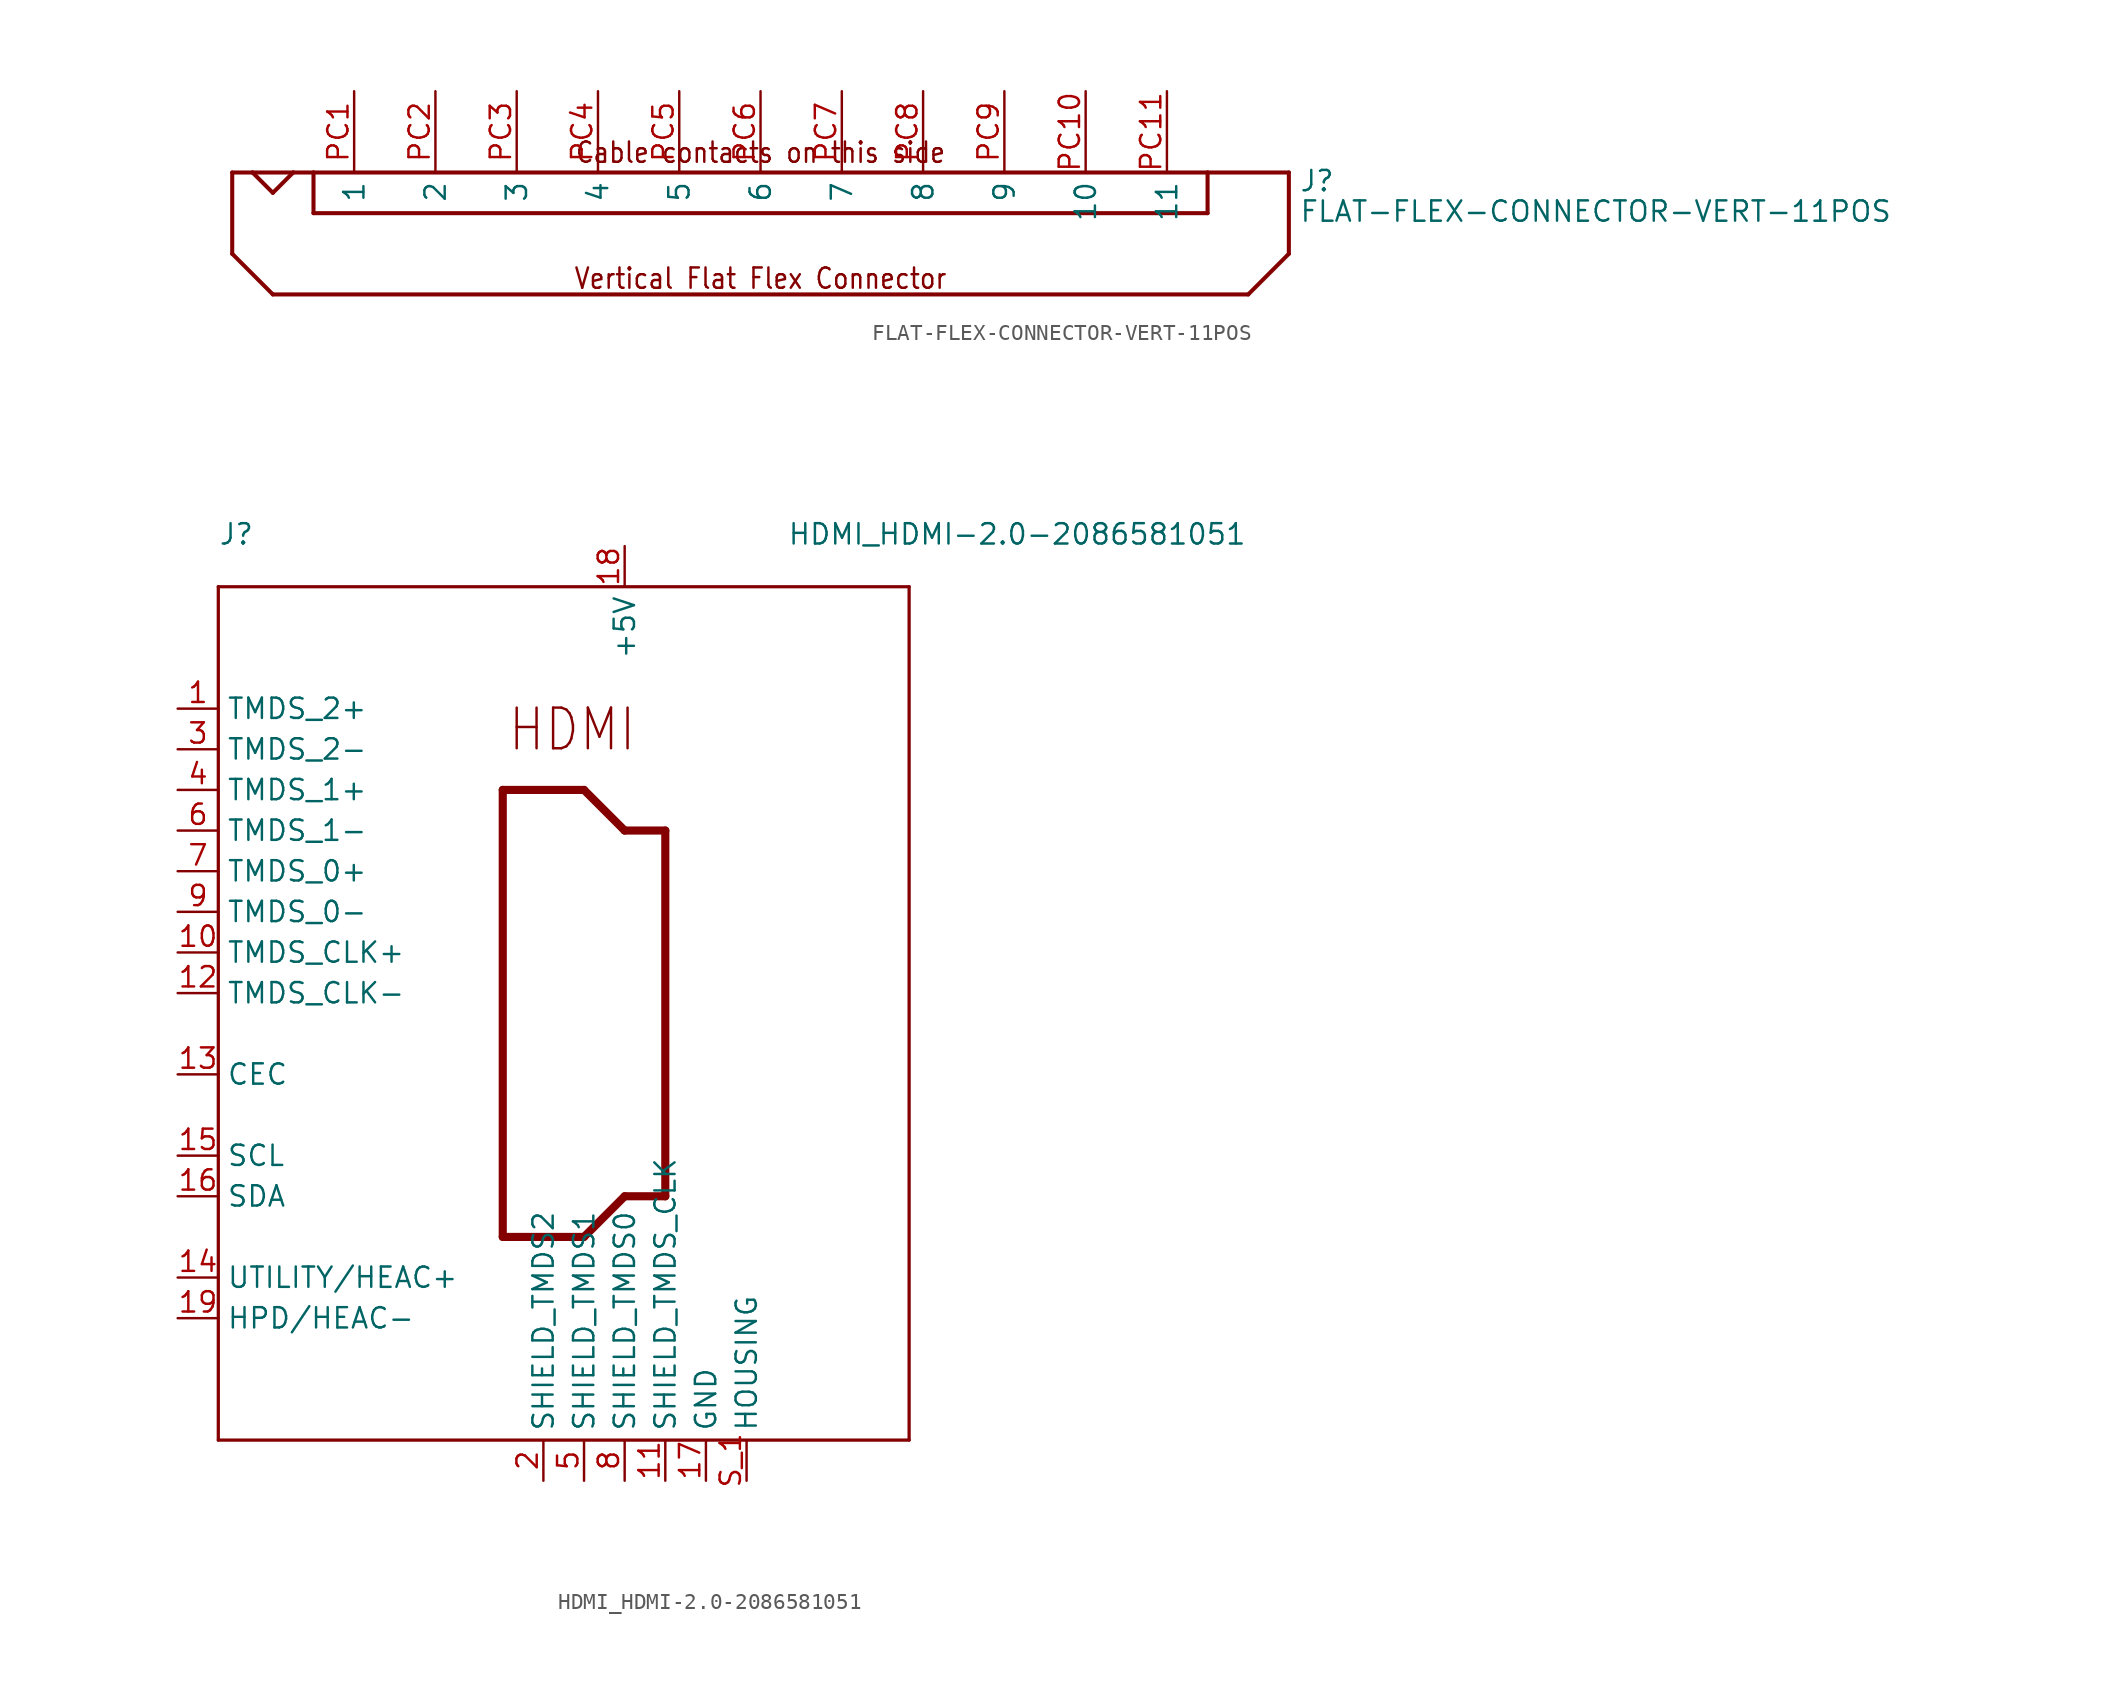
<source format=kicad_sym>
(kicad_symbol_lib
  (version 20211014)
  (generator kicad_symbol_editor)
  (symbol "FLAT-FLEX-CONNECTOR-VERT-11POS"
    (pin_names)
    (property "Reference" "J"
      (at 33.655 1.27 0)
      (effects (font (size 1.27 1.27)) (justify left bottom)))
    (property "Value" "FLAT-FLEX-CONNECTOR-VERT-11POS"
      (at 33.655 -0.635 0)
      (effects (font (size 1.27 1.27)) (justify left bottom)))
    (property "Datasheet" ""
      (at 0 0 0))
    (property "ki_description" "FLAT-FLEX-CONNECTOR-VERT-11POS  - Flat Flex Connector 11 position Vertical Technical Specifications: Number of Positions: 11 Contact: One Side Mount: Vertical "
      (at 0 0 0))
    (property "ki_fp_filters" "FlashPCB_Connectors:FLAT-FLEX-CONNECTOR-MOLEX-52610-VERT-11POS"
      (at 0 0 0))
    (symbol "FLAT-FLEX-CONNECTOR-VERT-11POS_1_1"
      (text "Cable contacts on this side" (at 0 3.048 0) (effects (font (size 1.27 1.086)) (justify bottom)))
      (text "Vertical Flat Flex Connector" (at 0 -4.826 0) (effects (font (size 1.27 1.086)) (justify bottom)))
      (polyline (pts (xy -33.02 2.54) (xy -33.02 -2.54)) (stroke (width 0.254)) (fill (type none)))
      (polyline (pts (xy -33.02 -2.54) (xy -30.48 -5.08)) (stroke (width 0.254)) (fill (type none)))
      (polyline (pts (xy -30.48 -5.08) (xy 30.48 -5.08)) (stroke (width 0.254)) (fill (type none)))
      (polyline (pts (xy 30.48 -5.08) (xy 33.02 -2.54)) (stroke (width 0.254)) (fill (type none)))
      (polyline (pts (xy 33.02 -2.54) (xy 33.02 2.54)) (stroke (width 0.254)) (fill (type none)))
      (polyline (pts (xy 33.02 2.54) (xy 27.94 2.54)) (stroke (width 0.254)) (fill (type none)))
      (polyline (pts (xy 27.94 2.54) (xy 27.94 0)) (stroke (width 0.254)) (fill (type none)))
      (polyline (pts (xy 27.94 0) (xy -27.94 0)) (stroke (width 0.254)) (fill (type none)))
      (polyline (pts (xy -27.94 0) (xy -27.94 2.54)) (stroke (width 0.254)) (fill (type none)))
      (polyline (pts (xy -27.94 2.54) (xy -29.21 2.54)) (stroke (width 0.254)) (fill (type none)))
      (polyline (pts (xy -29.21 2.54) (xy -31.75 2.54)) (stroke (width 0.254)) (fill (type none)))
      (polyline (pts (xy -31.75 2.54) (xy -33.02 2.54)) (stroke (width 0.254)) (fill (type none)))
      (polyline (pts (xy -27.94 2.54) (xy 27.94 2.54)) (stroke (width 0.254)) (fill (type none)))
      (polyline (pts (xy -31.75 2.54) (xy -30.48 1.27)) (stroke (width 0.254)) (fill (type none)))
      (polyline (pts (xy -30.48 1.27) (xy -29.21 2.54)) (stroke (width 0.254)) (fill (type none)))
      (pin bidirectional line (at -25.4 7.62 270) (length 5.08) (name "1" (effects (font (size 1.27 1.27)))) (number "PC1" (effects (font (size 1.27 1.27)))))
      (pin bidirectional line (at -25.4 7.62 270) (length 5.08) hide (name "1" (effects (font (size 1.27 1.27)))) (number "PS1" (effects (font (size 1.27 1.27)))))
      (pin bidirectional line (at -20.32 7.62 270) (length 5.08) (name "2" (effects (font (size 1.27 1.27)))) (number "PC2" (effects (font (size 1.27 1.27)))))
      (pin bidirectional line (at -20.32 7.62 270) (length 5.08) hide (name "2" (effects (font (size 1.27 1.27)))) (number "PS2" (effects (font (size 1.27 1.27)))))
      (pin bidirectional line (at -15.24 7.62 270) (length 5.08) (name "3" (effects (font (size 1.27 1.27)))) (number "PC3" (effects (font (size 1.27 1.27)))))
      (pin bidirectional line (at -15.24 7.62 270) (length 5.08) hide (name "3" (effects (font (size 1.27 1.27)))) (number "PS3" (effects (font (size 1.27 1.27)))))
      (pin bidirectional line (at -10.16 7.62 270) (length 5.08) (name "4" (effects (font (size 1.27 1.27)))) (number "PC4" (effects (font (size 1.27 1.27)))))
      (pin bidirectional line (at -10.16 7.62 270) (length 5.08) hide (name "4" (effects (font (size 1.27 1.27)))) (number "PS4" (effects (font (size 1.27 1.27)))))
      (pin bidirectional line (at -5.08 7.62 270) (length 5.08) (name "5" (effects (font (size 1.27 1.27)))) (number "PC5" (effects (font (size 1.27 1.27)))))
      (pin bidirectional line (at -5.08 7.62 270) (length 5.08) hide (name "5" (effects (font (size 1.27 1.27)))) (number "PS5" (effects (font (size 1.27 1.27)))))
      (pin bidirectional line (at 0 7.62 270) (length 5.08) (name "6" (effects (font (size 1.27 1.27)))) (number "PC6" (effects (font (size 1.27 1.27)))))
      (pin bidirectional line (at 0 7.62 270) (length 5.08) hide (name "6" (effects (font (size 1.27 1.27)))) (number "PS6" (effects (font (size 1.27 1.27)))))
      (pin bidirectional line (at 5.08 7.62 270) (length 5.08) (name "7" (effects (font (size 1.27 1.27)))) (number "PC7" (effects (font (size 1.27 1.27)))))
      (pin bidirectional line (at 5.08 7.62 270) (length 5.08) hide (name "7" (effects (font (size 1.27 1.27)))) (number "PS7" (effects (font (size 1.27 1.27)))))
      (pin bidirectional line (at 10.16 7.62 270) (length 5.08) (name "8" (effects (font (size 1.27 1.27)))) (number "PC8" (effects (font (size 1.27 1.27)))))
      (pin bidirectional line (at 10.16 7.62 270) (length 5.08) hide (name "8" (effects (font (size 1.27 1.27)))) (number "PS8" (effects (font (size 1.27 1.27)))))
      (pin bidirectional line (at 15.24 7.62 270) (length 5.08) (name "9" (effects (font (size 1.27 1.27)))) (number "PC9" (effects (font (size 1.27 1.27)))))
      (pin bidirectional line (at 15.24 7.62 270) (length 5.08) hide (name "9" (effects (font (size 1.27 1.27)))) (number "PS9" (effects (font (size 1.27 1.27)))))
      (pin bidirectional line (at 20.32 7.62 270) (length 5.08) (name "10" (effects (font (size 1.27 1.27)))) (number "PC10" (effects (font (size 1.27 1.27)))))
      (pin bidirectional line (at 20.32 7.62 270) (length 5.08) hide (name "10" (effects (font (size 1.27 1.27)))) (number "PS10" (effects (font (size 1.27 1.27)))))
      (pin bidirectional line (at 25.4 7.62 270) (length 5.08) (name "11" (effects (font (size 1.27 1.27)))) (number "PC11" (effects (font (size 1.27 1.27)))))
      (pin bidirectional line (at 25.4 7.62 270) (length 5.08) hide (name "11" (effects (font (size 1.27 1.27)))) (number "PS11" (effects (font (size 1.27 1.27)))))))
  (symbol "HDMI_HDMI-2.0-2086581051"
    (pin_names)
    (property "Reference" "J"
      (at -22.86 27.94 0)
      (effects (font (size 1.27 1.27)) (justify left bottom)))
    (property "Value" "HDMI_HDMI-2.0-2086581051"
      (at 12.7 27.94 0)
      (effects (font (size 1.27 1.27)) (justify left bottom)))
    (property "Datasheet" ""
      (at 0 0 0))
    (property "ki_description" "HDMI Port  - 19 channel HDMI   Component Search:  [DATA SHEET NAME]   Datasheet:  [DATA SHEET NAME] "
      (at 0 0 0))
    (property "ki_fp_filters" "FlashPCB_Connectors:HDMI-2.0-2086581051"
      (at 0 0 0))
    (symbol "HDMI_HDMI-2.0-2086581051_1_1"
      (text "HDMI" (at -4.826 14.986 0) (effects (font (size 2.54 2.172)) (justify left bottom)))
      (polyline (pts (xy -22.86 25.4) (xy 20.32 25.4)) (stroke (width 0.203)) (fill (type none)))
      (polyline (pts (xy 20.32 25.4) (xy 20.32 -27.94)) (stroke (width 0.203)) (fill (type none)))
      (polyline (pts (xy 20.32 -27.94) (xy -22.86 -27.94)) (stroke (width 0.203)) (fill (type none)))
      (polyline (pts (xy -22.86 -27.94) (xy -22.86 25.4)) (stroke (width 0.203)) (fill (type none)))
      (polyline (pts (xy -5.08 12.7) (xy -5.08 -15.24)) (stroke (width 0.508)) (fill (type none)))
      (polyline (pts (xy -5.08 -15.24) (xy 0 -15.24)) (stroke (width 0.508)) (fill (type none)))
      (polyline (pts (xy 0 -15.24) (xy 2.54 -12.7)) (stroke (width 0.508)) (fill (type none)))
      (polyline (pts (xy 2.54 -12.7) (xy 5.08 -12.7)) (stroke (width 0.508)) (fill (type none)))
      (polyline (pts (xy 5.08 -12.7) (xy 5.08 10.16)) (stroke (width 0.508)) (fill (type none)))
      (polyline (pts (xy 5.08 10.16) (xy 2.54 10.16)) (stroke (width 0.508)) (fill (type none)))
      (polyline (pts (xy 2.54 10.16) (xy 0 12.7)) (stroke (width 0.508)) (fill (type none)))
      (polyline (pts (xy 0 12.7) (xy -5.08 12.7)) (stroke (width 0.508)) (fill (type none)))
      (pin bidirectional line (at -25.4 17.78 0) (length 2.54) (name "TMDS_2+" (effects (font (size 1.27 1.27)))) (number "1" (effects (font (size 1.27 1.27)))))
      (pin bidirectional line (at -2.54 -30.48 90) (length 2.54) (name "SHIELD_TMDS2" (effects (font (size 1.27 1.27)))) (number "2" (effects (font (size 1.27 1.27)))))
      (pin bidirectional line (at -25.4 15.24 0) (length 2.54) (name "TMDS_2-" (effects (font (size 1.27 1.27)))) (number "3" (effects (font (size 1.27 1.27)))))
      (pin bidirectional line (at -25.4 12.7 0) (length 2.54) (name "TMDS_1+" (effects (font (size 1.27 1.27)))) (number "4" (effects (font (size 1.27 1.27)))))
      (pin bidirectional line (at 0 -30.48 90) (length 2.54) (name "SHIELD_TMDS1" (effects (font (size 1.27 1.27)))) (number "5" (effects (font (size 1.27 1.27)))))
      (pin bidirectional line (at -25.4 10.16 0) (length 2.54) (name "TMDS_1-" (effects (font (size 1.27 1.27)))) (number "6" (effects (font (size 1.27 1.27)))))
      (pin bidirectional line (at -25.4 7.62 0) (length 2.54) (name "TMDS_0+" (effects (font (size 1.27 1.27)))) (number "7" (effects (font (size 1.27 1.27)))))
      (pin bidirectional line (at 2.54 -30.48 90) (length 2.54) (name "SHIELD_TMDS0" (effects (font (size 1.27 1.27)))) (number "8" (effects (font (size 1.27 1.27)))))
      (pin bidirectional line (at -25.4 5.08 0) (length 2.54) (name "TMDS_0-" (effects (font (size 1.27 1.27)))) (number "9" (effects (font (size 1.27 1.27)))))
      (pin bidirectional line (at -25.4 2.54 0) (length 2.54) (name "TMDS_CLK+" (effects (font (size 1.27 1.27)))) (number "10" (effects (font (size 1.27 1.27)))))
      (pin bidirectional line (at 5.08 -30.48 90) (length 2.54) (name "SHIELD_TMDS_CLK" (effects (font (size 1.27 1.27)))) (number "11" (effects (font (size 1.27 1.27)))))
      (pin bidirectional line (at -25.4 0 0) (length 2.54) (name "TMDS_CLK-" (effects (font (size 1.27 1.27)))) (number "12" (effects (font (size 1.27 1.27)))))
      (pin bidirectional line (at -25.4 -5.08 0) (length 2.54) (name "CEC" (effects (font (size 1.27 1.27)))) (number "13" (effects (font (size 1.27 1.27)))))
      (pin bidirectional line (at -25.4 -17.78 0) (length 2.54) (name "UTILITY/HEAC+" (effects (font (size 1.27 1.27)))) (number "14" (effects (font (size 1.27 1.27)))))
      (pin bidirectional line (at -25.4 -10.16 0) (length 2.54) (name "SCL" (effects (font (size 1.27 1.27)))) (number "15" (effects (font (size 1.27 1.27)))))
      (pin bidirectional line (at -25.4 -12.7 0) (length 2.54) (name "SDA" (effects (font (size 1.27 1.27)))) (number "16" (effects (font (size 1.27 1.27)))))
      (pin bidirectional line (at 7.62 -30.48 90) (length 2.54) (name "GND" (effects (font (size 1.27 1.27)))) (number "17" (effects (font (size 1.27 1.27)))))
      (pin bidirectional line (at 2.54 27.94 270) (length 2.54) (name "+5V" (effects (font (size 1.27 1.27)))) (number "18" (effects (font (size 1.27 1.27)))))
      (pin bidirectional line (at -25.4 -20.32 0) (length 2.54) (name "HPD/HEAC-" (effects (font (size 1.27 1.27)))) (number "19" (effects (font (size 1.27 1.27)))))
      (pin bidirectional line (at 10.16 -30.48 90) (length 2.54) (name "HOUSING" (effects (font (size 1.27 1.27)))) (number "S_1" (effects (font (size 1.27 1.27)))))
      (pin bidirectional line (at 10.16 -30.48 90) (length 2.54) hide (name "HOUSING" (effects (font (size 1.27 1.27)))) (number "S_2" (effects (font (size 1.27 1.27)))))
      (pin bidirectional line (at 10.16 -30.48 90) (length 2.54) hide (name "HOUSING" (effects (font (size 1.27 1.27)))) (number "S_3" (effects (font (size 1.27 1.27)))))
      (pin bidirectional line (at 10.16 -30.48 90) (length 2.54) hide (name "HOUSING" (effects (font (size 1.27 1.27)))) (number "S_4" (effects (font (size 1.27 1.27))))))))
</source>
